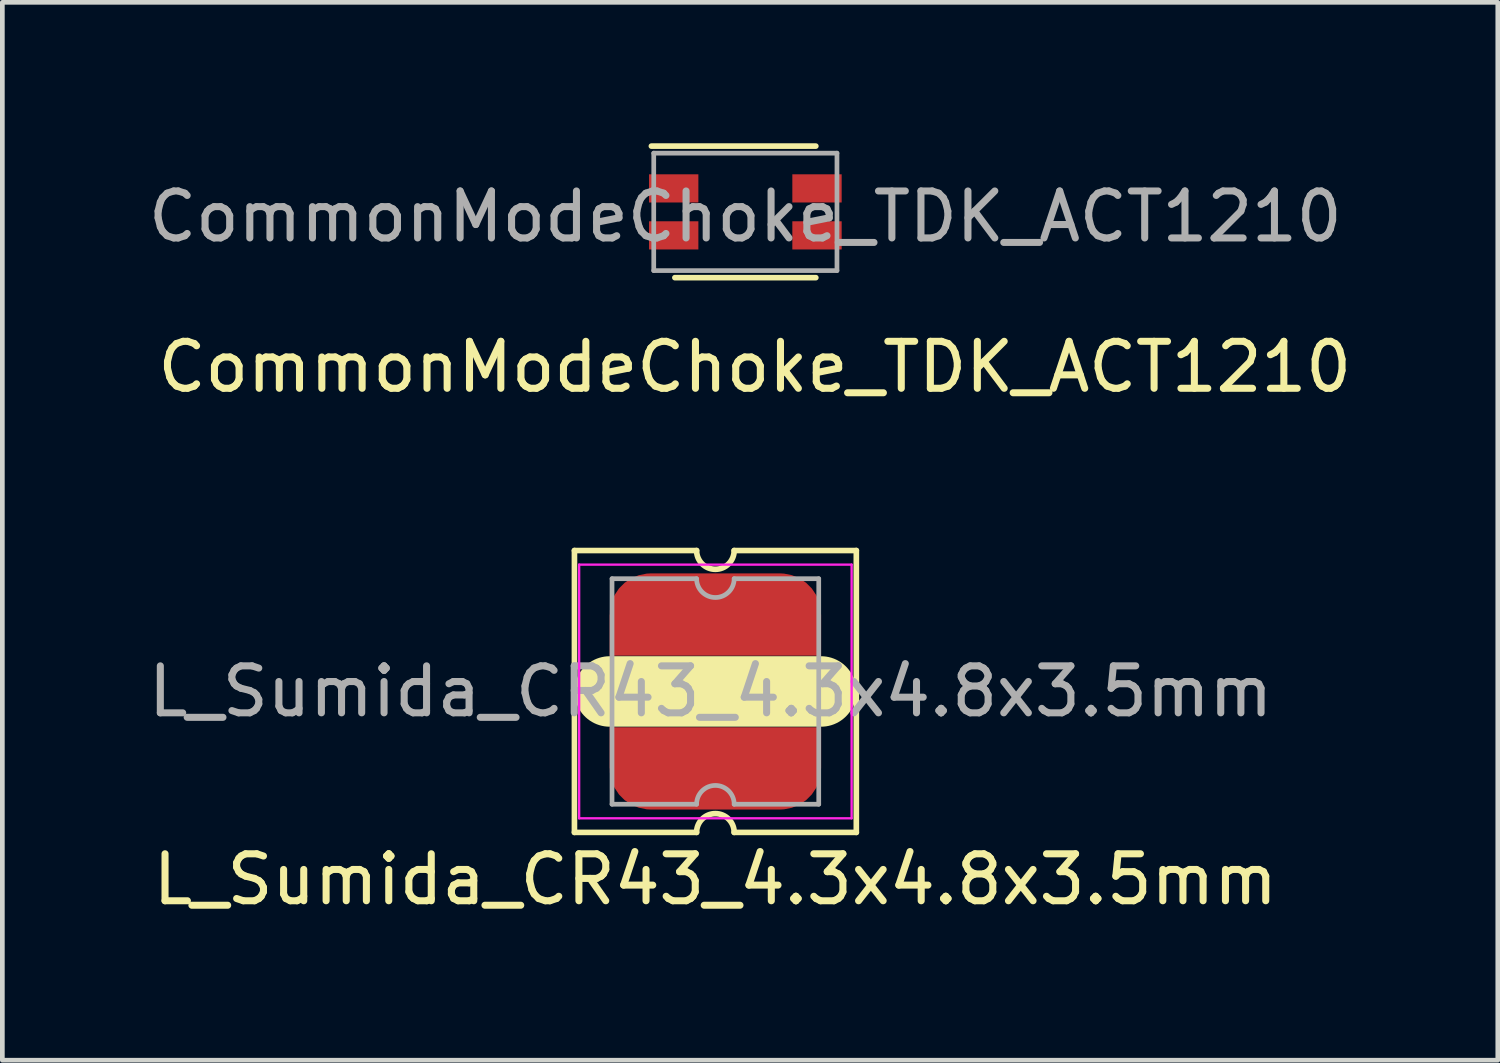
<source format=kicad_pcb>
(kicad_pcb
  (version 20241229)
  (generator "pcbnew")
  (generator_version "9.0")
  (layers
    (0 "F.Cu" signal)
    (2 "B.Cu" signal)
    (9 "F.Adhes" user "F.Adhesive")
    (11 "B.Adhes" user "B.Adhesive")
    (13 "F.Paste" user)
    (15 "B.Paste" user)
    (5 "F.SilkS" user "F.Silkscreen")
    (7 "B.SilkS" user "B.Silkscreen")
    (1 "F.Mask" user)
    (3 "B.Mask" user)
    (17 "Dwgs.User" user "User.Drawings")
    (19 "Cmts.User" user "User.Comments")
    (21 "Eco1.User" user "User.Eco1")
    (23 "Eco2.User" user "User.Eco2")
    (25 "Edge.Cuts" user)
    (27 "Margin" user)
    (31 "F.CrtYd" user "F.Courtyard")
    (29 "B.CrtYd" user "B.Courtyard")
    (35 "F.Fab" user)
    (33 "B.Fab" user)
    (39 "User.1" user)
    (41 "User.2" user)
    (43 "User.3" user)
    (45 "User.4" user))
  (footprint "L_Sumida_CR43_4.3x4.8x3.5mm"
    (layer "F.Cu")
    (at 12.177 11.668)
    (property "Reference" "L_Sumida_CR43_4.3x4.8x3.5mm" (at 0 4 0) (layer "F.SilkS") (effects (font (size 1 1) (thickness 0.15))))
    (attr through_hole)
    (fp_line (start -3 -3) (end -0.4 -3) (stroke (width 0.12) (type solid)) (layer "F.SilkS"))
    (fp_line (start -3 3) (end -3 -3) (stroke (width 0.12) (type solid)) (layer "F.SilkS"))
    (fp_line (start -2.25 0) (end 2.25 0) (stroke (width 1.5) (type solid)) (layer "F.SilkS"))
    (fp_line (start -0.4 3) (end -3 3) (stroke (width 0.12) (type solid)) (layer "F.SilkS"))
    (fp_line (start 0.4 -3) (end 3 -3) (stroke (width 0.12) (type solid)) (layer "F.SilkS"))
    (fp_line (start 3 -3) (end 3 3) (stroke (width 0.12) (type solid)) (layer "F.SilkS"))
    (fp_line (start 3 3) (end 0.4 3) (stroke (width 0.12) (type solid)) (layer "F.SilkS"))
    (fp_arc (start -0.4 3) (mid 0 2.6) (end 0.4 3) (stroke (width 0.12) (type solid)) (layer "F.SilkS"))
    (fp_arc (start 0.4 -3) (mid 0 -2.6) (end -0.4 -3) (stroke (width 0.12) (type solid)) (layer "F.SilkS"))
    (fp_line (start -2.9 -2.7) (end 2.9 -2.7) (stroke (width 0.05) (type solid)) (layer "F.CrtYd"))
    (fp_line (start -2.9 2.7) (end -2.9 -2.7) (stroke (width 0.05) (type solid)) (layer "F.CrtYd"))
    (fp_line (start -2.9 2.7) (end 2.9 2.7) (stroke (width 0.05) (type solid)) (layer "F.CrtYd"))
    (fp_line (start 2.9 2.7) (end 2.9 -2.7) (stroke (width 0.05) (type solid)) (layer "F.CrtYd"))
    (fp_line (start -2.2 -2.4) (end -2.2 2.4) (stroke (width 0.1) (type solid)) (layer "F.Fab"))
    (fp_line (start -2.2 -2.4) (end -0.4 -2.4) (stroke (width 0.1) (type solid)) (layer "F.Fab"))
    (fp_line (start -0.4 2.4) (end -2.2 2.4) (stroke (width 0.1) (type solid)) (layer "F.Fab"))
    (fp_line (start 0.4 -2.4) (end 2.2 -2.4) (stroke (width 0.1) (type solid)) (layer "F.Fab"))
    (fp_line (start 2.2 -2.4) (end 2.2 2.4) (stroke (width 0.1) (type solid)) (layer "F.Fab"))
    (fp_line (start 2.2 2.4) (end 0.4 2.4) (stroke (width 0.1) (type solid)) (layer "F.Fab"))
    (fp_arc (start -0.4 2.4) (mid 0 2) (end 0.4 2.4) (stroke (width 0.1) (type solid)) (layer "F.Fab"))
    (fp_arc (start 0.4 -2.4) (mid 0 -2) (end -0.4 -2.4) (stroke (width 0.1) (type solid)) (layer "F.Fab"))
    (fp_text user "${REFERENCE}" (at -0.1 0 0) (layer "F.Fab") (effects (font (size 1 1) (thickness 0.15))))
    (pad "1" smd custom (at 0 -1.2) (size 4.5 0.875) (layers "F.Cu" "F.Mask" "F.Paste") (options (anchor rect)) (primitives (gr_line (start -1.375 -0.438) (end 1.375 -0.438) (width 1.75))))
    (pad "2" smd custom (at 0 1.2 180) (size 4.5 0.875) (layers "F.Cu" "F.Mask" "F.Paste") (options (anchor rect)) (primitives (gr_line (start -1.375 -0.438) (end 1.375 -0.438) (width 1.75)))))
  (footprint "CommonModeChoke_TDK_ACT1210"
    (layer "F.Cu")
    (at 12.815 1.46)
    (property "Reference" "CommonModeChoke_TDK_ACT1210" (at 0.2 3.3 0) (layer "F.SilkS") (effects (font (size 1 1) (thickness 0.15))))
    (attr through_hole)
    (fp_line (start -2 -1.4) (end 1.5 -1.4) (stroke (width 0.12) (type solid)) (layer "F.SilkS"))
    (fp_line (start -1.5 1.4) (end 1.5 1.4) (stroke (width 0.12) (type solid)) (layer "F.SilkS"))
    (fp_line (start -1.95 -1.25) (end 1.95 -1.25) (stroke (width 0.1) (type solid)) (layer "F.Fab"))
    (fp_line (start -1.95 1.25) (end -1.95 -1.25) (stroke (width 0.1) (type solid)) (layer "F.Fab"))
    (fp_line (start 1.95 -1.25) (end 1.95 1.25) (stroke (width 0.1) (type solid)) (layer "F.Fab"))
    (fp_line (start 1.95 1.25) (end -1.95 1.25) (stroke (width 0.1) (type solid)) (layer "F.Fab"))
    (fp_text user "${REFERENCE}" (at 0 0.1 0) (layer "F.Fab") (effects (font (size 1 1) (thickness 0.15))))
    (pad "1" smd rect (at -1.525 -0.5) (size 1.05 0.6) (layers "F.Cu" "F.Mask" "F.Paste"))
    (pad "2" smd rect (at 1.525 -0.5) (size 1.05 0.6) (layers "F.Cu" "F.Mask" "F.Paste"))
    (pad "3" smd rect (at -1.525 0.5) (size 1.05 0.6) (layers "F.Cu" "F.Mask" "F.Paste"))
    (pad "4" smd rect (at 1.525 0.5) (size 1.05 0.6) (layers "F.Cu" "F.Mask" "F.Paste")))
  (gr_rect
    (start -3 -3)
    (end 28.831 19.517)
    (stroke (width 0.1) (type default))
    (fill no)
    (layer "Edge.Cuts")))
</source>
